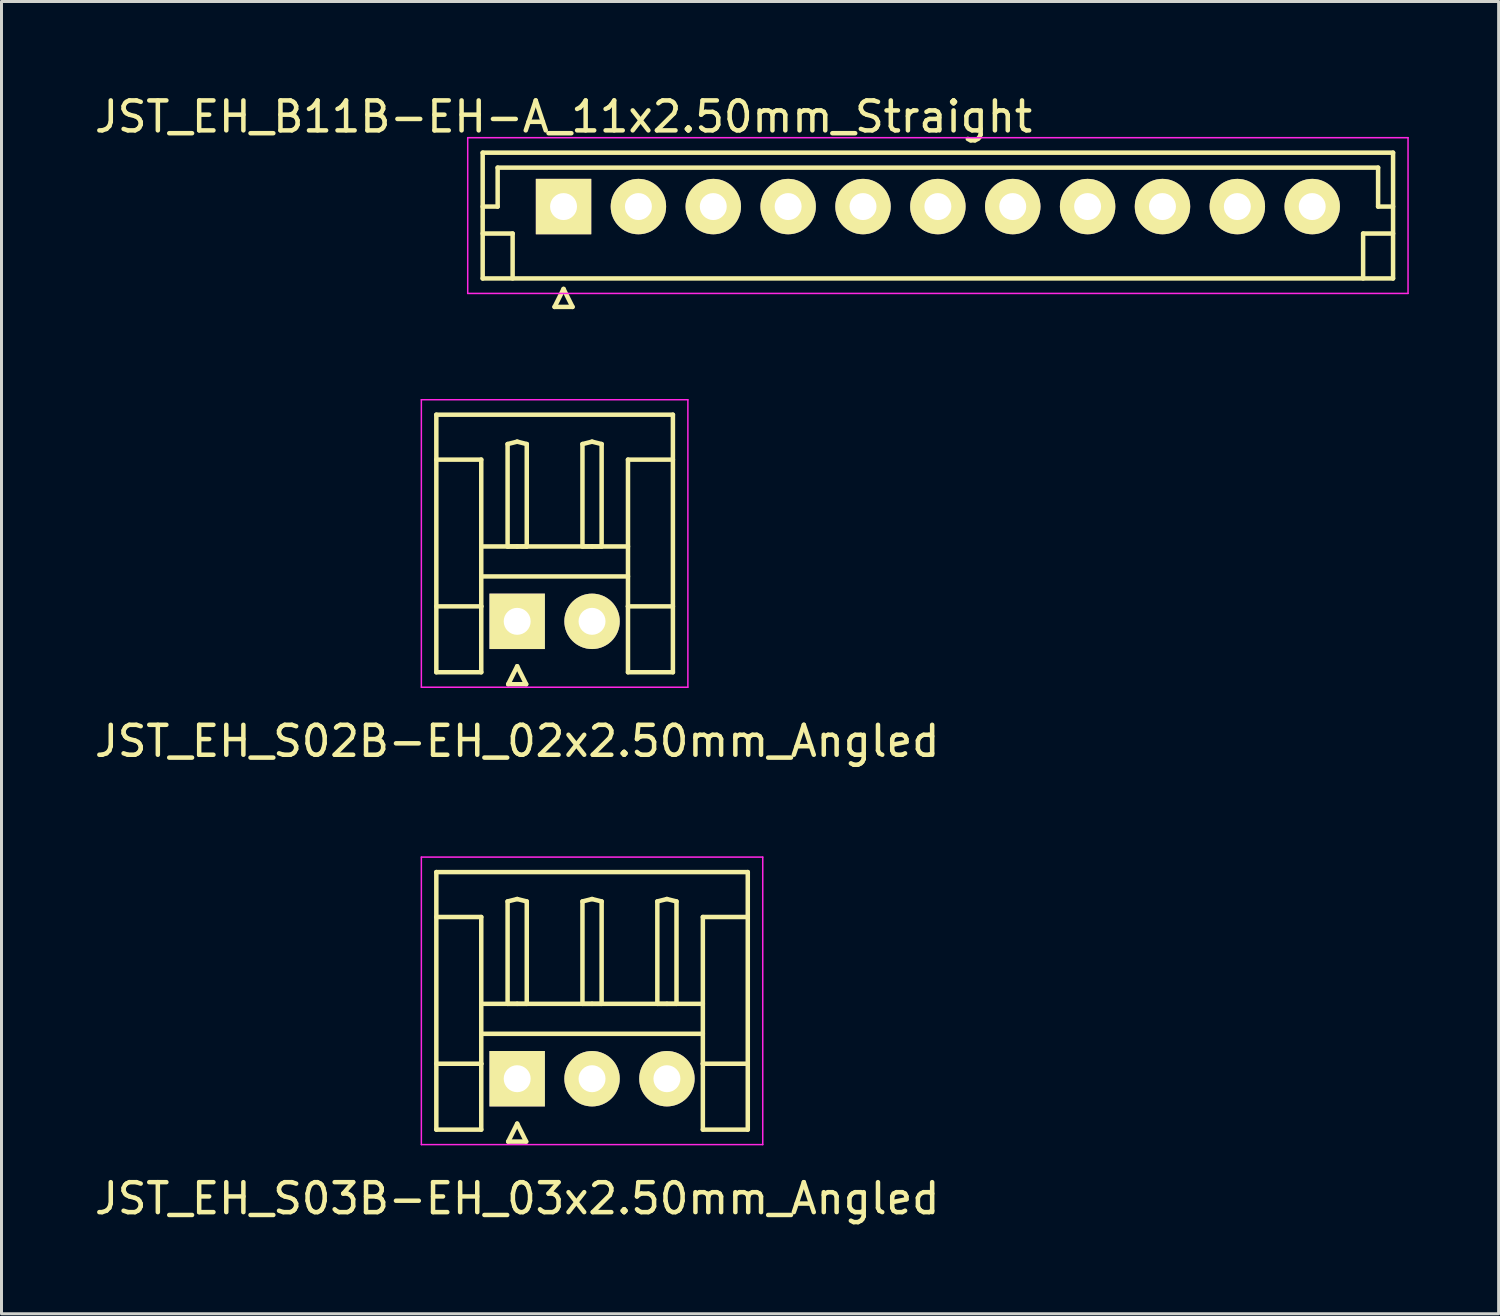
<source format=kicad_pcb>
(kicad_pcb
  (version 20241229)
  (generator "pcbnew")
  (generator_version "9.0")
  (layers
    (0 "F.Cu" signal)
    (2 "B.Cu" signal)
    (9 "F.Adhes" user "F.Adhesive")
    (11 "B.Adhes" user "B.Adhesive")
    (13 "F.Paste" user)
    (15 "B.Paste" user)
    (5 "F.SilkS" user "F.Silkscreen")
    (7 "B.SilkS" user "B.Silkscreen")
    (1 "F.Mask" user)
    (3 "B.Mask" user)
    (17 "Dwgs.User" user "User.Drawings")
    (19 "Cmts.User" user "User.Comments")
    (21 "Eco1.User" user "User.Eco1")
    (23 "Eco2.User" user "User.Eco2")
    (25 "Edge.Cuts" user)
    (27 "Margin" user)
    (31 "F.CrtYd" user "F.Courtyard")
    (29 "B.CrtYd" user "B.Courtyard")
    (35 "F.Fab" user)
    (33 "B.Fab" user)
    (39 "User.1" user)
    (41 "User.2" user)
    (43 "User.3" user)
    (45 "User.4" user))
  (footprint "JST_EH_S02B-EH_02x2.50mm_Angled"
    (layer "F.Cu")
    (at 14.22 17.698)
    (property "Reference" "JST_EH_S02B-EH_02x2.50mm_Angled" (at 0 4 0) (layer "F.SilkS") (effects (font (size 1 1) (thickness 0.15))))
    (attr through_hole)
    (fp_line (start -2.7 -6.9) (end 5.2 -6.9) (stroke (width 0.15) (type solid)) (layer "F.SilkS"))
    (fp_line (start -2.7 -5.4) (end -1.2 -5.4) (stroke (width 0.15) (type solid)) (layer "F.SilkS"))
    (fp_line (start -2.7 1.7) (end -2.7 -6.9) (stroke (width 0.15) (type solid)) (layer "F.SilkS"))
    (fp_line (start -1.2 -5.4) (end -1.2 -0.5) (stroke (width 0.15) (type solid)) (layer "F.SilkS"))
    (fp_line (start -1.2 -2.5) (end 3.7 -2.5) (stroke (width 0.15) (type solid)) (layer "F.SilkS"))
    (fp_line (start -1.2 -1.5) (end 3.7 -1.5) (stroke (width 0.15) (type solid)) (layer "F.SilkS"))
    (fp_line (start -1.2 -0.5) (end -2.7 -0.5) (stroke (width 0.15) (type solid)) (layer "F.SilkS"))
    (fp_line (start -1.2 -0.5) (end -1.2 1.7) (stroke (width 0.15) (type solid)) (layer "F.SilkS"))
    (fp_line (start -1.2 1.7) (end -2.7 1.7) (stroke (width 0.15) (type solid)) (layer "F.SilkS"))
    (fp_line (start -0.32 -5.92) (end 0 -6) (stroke (width 0.15) (type solid)) (layer "F.SilkS"))
    (fp_line (start -0.32 -2.5) (end -0.32 -5.92) (stroke (width 0.15) (type solid)) (layer "F.SilkS"))
    (fp_line (start -0.3 2.1) (end 0.3 2.1) (stroke (width 0.15) (type solid)) (layer "F.SilkS"))
    (fp_line (start 0 -6) (end 0.32 -5.92) (stroke (width 0.15) (type solid)) (layer "F.SilkS"))
    (fp_line (start 0 -2.5) (end -0.32 -2.5) (stroke (width 0.15) (type solid)) (layer "F.SilkS"))
    (fp_line (start 0 1.5) (end -0.3 2.1) (stroke (width 0.15) (type solid)) (layer "F.SilkS"))
    (fp_line (start 0.3 2.1) (end 0 1.5) (stroke (width 0.15) (type solid)) (layer "F.SilkS"))
    (fp_line (start 0.32 -5.92) (end 0.32 -2.5) (stroke (width 0.15) (type solid)) (layer "F.SilkS"))
    (fp_line (start 0.32 -2.5) (end 0 -2.5) (stroke (width 0.15) (type solid)) (layer "F.SilkS"))
    (fp_line (start 2.18 -5.92) (end 2.5 -6) (stroke (width 0.15) (type solid)) (layer "F.SilkS"))
    (fp_line (start 2.18 -2.5) (end 2.18 -5.92) (stroke (width 0.15) (type solid)) (layer "F.SilkS"))
    (fp_line (start 2.5 -6) (end 2.82 -5.92) (stroke (width 0.15) (type solid)) (layer "F.SilkS"))
    (fp_line (start 2.5 -2.5) (end 2.18 -2.5) (stroke (width 0.15) (type solid)) (layer "F.SilkS"))
    (fp_line (start 2.82 -5.92) (end 2.82 -2.5) (stroke (width 0.15) (type solid)) (layer "F.SilkS"))
    (fp_line (start 2.82 -2.5) (end 2.5 -2.5) (stroke (width 0.15) (type solid)) (layer "F.SilkS"))
    (fp_line (start 3.7 -5.4) (end 3.7 -0.5) (stroke (width 0.15) (type solid)) (layer "F.SilkS"))
    (fp_line (start 3.7 -0.5) (end 5.2 -0.5) (stroke (width 0.15) (type solid)) (layer "F.SilkS"))
    (fp_line (start 3.7 1.7) (end 3.7 -0.5) (stroke (width 0.15) (type solid)) (layer "F.SilkS"))
    (fp_line (start 5.2 -6.9) (end 5.2 1.7) (stroke (width 0.15) (type solid)) (layer "F.SilkS"))
    (fp_line (start 5.2 -5.4) (end 3.7 -5.4) (stroke (width 0.15) (type solid)) (layer "F.SilkS"))
    (fp_line (start 5.2 1.7) (end 3.7 1.7) (stroke (width 0.15) (type solid)) (layer "F.SilkS"))
    (fp_line (start -3.2 -7.4) (end -3.2 2.2) (stroke (width 0.05) (type solid)) (layer "F.CrtYd"))
    (fp_line (start -3.2 2.2) (end 5.7 2.2) (stroke (width 0.05) (type solid)) (layer "F.CrtYd"))
    (fp_line (start 5.7 -7.4) (end -3.2 -7.4) (stroke (width 0.05) (type solid)) (layer "F.CrtYd"))
    (fp_line (start 5.7 2.2) (end 5.7 -7.4) (stroke (width 0.05) (type solid)) (layer "F.CrtYd"))
    (pad "1" thru_hole rect (at 0 0) (size 1.85 1.85) (drill 0.9) (layers "*.Cu" "*.Mask" "F.SilkS"))
    (pad "2" thru_hole circle (at 2.5 0) (size 1.85 1.85) (drill 0.9) (layers "*.Cu" "*.Mask" "F.SilkS")))
  (footprint "JST_EH_S03B-EH_03x2.50mm_Angled"
    (layer "F.Cu")
    (at 14.22 32.971)
    (property "Reference" "JST_EH_S03B-EH_03x2.50mm_Angled" (at 0 4 0) (layer "F.SilkS") (effects (font (size 1 1) (thickness 0.15))))
    (attr through_hole)
    (fp_line (start -2.7 -6.9) (end 7.7 -6.9) (stroke (width 0.15) (type solid)) (layer "F.SilkS"))
    (fp_line (start -2.7 -5.4) (end -1.2 -5.4) (stroke (width 0.15) (type solid)) (layer "F.SilkS"))
    (fp_line (start -2.7 1.7) (end -2.7 -6.9) (stroke (width 0.15) (type solid)) (layer "F.SilkS"))
    (fp_line (start -1.2 -5.4) (end -1.2 -0.5) (stroke (width 0.15) (type solid)) (layer "F.SilkS"))
    (fp_line (start -1.2 -2.5) (end 6.2 -2.5) (stroke (width 0.15) (type solid)) (layer "F.SilkS"))
    (fp_line (start -1.2 -1.5) (end 6.2 -1.5) (stroke (width 0.15) (type solid)) (layer "F.SilkS"))
    (fp_line (start -1.2 -0.5) (end -2.7 -0.5) (stroke (width 0.15) (type solid)) (layer "F.SilkS"))
    (fp_line (start -1.2 -0.5) (end -1.2 1.7) (stroke (width 0.15) (type solid)) (layer "F.SilkS"))
    (fp_line (start -1.2 1.7) (end -2.7 1.7) (stroke (width 0.15) (type solid)) (layer "F.SilkS"))
    (fp_line (start -0.32 -5.92) (end 0 -6) (stroke (width 0.15) (type solid)) (layer "F.SilkS"))
    (fp_line (start -0.32 -2.5) (end -0.32 -5.92) (stroke (width 0.15) (type solid)) (layer "F.SilkS"))
    (fp_line (start -0.3 2.1) (end 0.3 2.1) (stroke (width 0.15) (type solid)) (layer "F.SilkS"))
    (fp_line (start 0 -6) (end 0.32 -5.92) (stroke (width 0.15) (type solid)) (layer "F.SilkS"))
    (fp_line (start 0 -2.5) (end -0.32 -2.5) (stroke (width 0.15) (type solid)) (layer "F.SilkS"))
    (fp_line (start 0 1.5) (end -0.3 2.1) (stroke (width 0.15) (type solid)) (layer "F.SilkS"))
    (fp_line (start 0.3 2.1) (end 0 1.5) (stroke (width 0.15) (type solid)) (layer "F.SilkS"))
    (fp_line (start 0.32 -5.92) (end 0.32 -2.5) (stroke (width 0.15) (type solid)) (layer "F.SilkS"))
    (fp_line (start 0.32 -2.5) (end 0 -2.5) (stroke (width 0.15) (type solid)) (layer "F.SilkS"))
    (fp_line (start 2.18 -5.92) (end 2.5 -6) (stroke (width 0.15) (type solid)) (layer "F.SilkS"))
    (fp_line (start 2.18 -2.5) (end 2.18 -5.92) (stroke (width 0.15) (type solid)) (layer "F.SilkS"))
    (fp_line (start 2.5 -6) (end 2.82 -5.92) (stroke (width 0.15) (type solid)) (layer "F.SilkS"))
    (fp_line (start 2.5 -2.5) (end 2.18 -2.5) (stroke (width 0.15) (type solid)) (layer "F.SilkS"))
    (fp_line (start 2.82 -5.92) (end 2.82 -2.5) (stroke (width 0.15) (type solid)) (layer "F.SilkS"))
    (fp_line (start 2.82 -2.5) (end 2.5 -2.5) (stroke (width 0.15) (type solid)) (layer "F.SilkS"))
    (fp_line (start 4.68 -5.92) (end 5 -6) (stroke (width 0.15) (type solid)) (layer "F.SilkS"))
    (fp_line (start 4.68 -2.5) (end 4.68 -5.92) (stroke (width 0.15) (type solid)) (layer "F.SilkS"))
    (fp_line (start 5 -6) (end 5.32 -5.92) (stroke (width 0.15) (type solid)) (layer "F.SilkS"))
    (fp_line (start 5 -2.5) (end 4.68 -2.5) (stroke (width 0.15) (type solid)) (layer "F.SilkS"))
    (fp_line (start 5.32 -5.92) (end 5.32 -2.5) (stroke (width 0.15) (type solid)) (layer "F.SilkS"))
    (fp_line (start 5.32 -2.5) (end 5 -2.5) (stroke (width 0.15) (type solid)) (layer "F.SilkS"))
    (fp_line (start 6.2 -5.4) (end 6.2 -0.5) (stroke (width 0.15) (type solid)) (layer "F.SilkS"))
    (fp_line (start 6.2 -0.5) (end 7.7 -0.5) (stroke (width 0.15) (type solid)) (layer "F.SilkS"))
    (fp_line (start 6.2 1.7) (end 6.2 -0.5) (stroke (width 0.15) (type solid)) (layer "F.SilkS"))
    (fp_line (start 7.7 -6.9) (end 7.7 1.7) (stroke (width 0.15) (type solid)) (layer "F.SilkS"))
    (fp_line (start 7.7 -5.4) (end 6.2 -5.4) (stroke (width 0.15) (type solid)) (layer "F.SilkS"))
    (fp_line (start 7.7 1.7) (end 6.2 1.7) (stroke (width 0.15) (type solid)) (layer "F.SilkS"))
    (fp_line (start -3.2 -7.4) (end -3.2 2.2) (stroke (width 0.05) (type solid)) (layer "F.CrtYd"))
    (fp_line (start -3.2 2.2) (end 8.2 2.2) (stroke (width 0.05) (type solid)) (layer "F.CrtYd"))
    (fp_line (start 8.2 -7.4) (end -3.2 -7.4) (stroke (width 0.05) (type solid)) (layer "F.CrtYd"))
    (fp_line (start 8.2 2.2) (end 8.2 -7.4) (stroke (width 0.05) (type solid)) (layer "F.CrtYd"))
    (pad "1" thru_hole rect (at 0 0) (size 1.85 1.85) (drill 0.9) (layers "*.Cu" "*.Mask" "F.SilkS"))
    (pad "2" thru_hole circle (at 2.5 0) (size 1.85 1.85) (drill 0.9) (layers "*.Cu" "*.Mask" "F.SilkS"))
    (pad "3" thru_hole circle (at 5 0) (size 1.85 1.85) (drill 0.9) (layers "*.Cu" "*.Mask" "F.SilkS")))
  (footprint "JST_EH_B11B-EH-A_11x2.50mm_Straight"
    (layer "F.Cu")
    (at 15.768 3.848)
    (property "Reference" "JST_EH_B11B-EH-A_11x2.50mm_Straight" (at 0 -3 0) (layer "F.SilkS") (effects (font (size 1 1) (thickness 0.15))))
    (attr through_hole)
    (fp_line (start -2.7 -1.8) (end -2.7 2.4) (stroke (width 0.15) (type solid)) (layer "F.SilkS"))
    (fp_line (start -2.7 0) (end -2.2 0) (stroke (width 0.15) (type solid)) (layer "F.SilkS"))
    (fp_line (start -2.7 0.9) (end -1.7 0.9) (stroke (width 0.15) (type solid)) (layer "F.SilkS"))
    (fp_line (start -2.7 2.4) (end 27.7 2.4) (stroke (width 0.15) (type solid)) (layer "F.SilkS"))
    (fp_line (start -2.2 -1.3) (end 27.2 -1.3) (stroke (width 0.15) (type solid)) (layer "F.SilkS"))
    (fp_line (start -2.2 0) (end -2.2 -1.3) (stroke (width 0.15) (type solid)) (layer "F.SilkS"))
    (fp_line (start -1.7 0.9) (end -1.7 2.4) (stroke (width 0.15) (type solid)) (layer "F.SilkS"))
    (fp_line (start -0.3 3.35) (end 0.3 3.35) (stroke (width 0.15) (type solid)) (layer "F.SilkS"))
    (fp_line (start 0 2.75) (end -0.3 3.35) (stroke (width 0.15) (type solid)) (layer "F.SilkS"))
    (fp_line (start 0.3 3.35) (end 0 2.75) (stroke (width 0.15) (type solid)) (layer "F.SilkS"))
    (fp_line (start 26.7 0.9) (end 26.7 2.4) (stroke (width 0.15) (type solid)) (layer "F.SilkS"))
    (fp_line (start 27.2 -1.3) (end 27.2 0) (stroke (width 0.15) (type solid)) (layer "F.SilkS"))
    (fp_line (start 27.2 0) (end 27.7 0) (stroke (width 0.15) (type solid)) (layer "F.SilkS"))
    (fp_line (start 27.7 -1.8) (end -2.7 -1.8) (stroke (width 0.15) (type solid)) (layer "F.SilkS"))
    (fp_line (start 27.7 0.9) (end 26.7 0.9) (stroke (width 0.15) (type solid)) (layer "F.SilkS"))
    (fp_line (start 27.7 2.4) (end 27.7 -1.8) (stroke (width 0.15) (type solid)) (layer "F.SilkS"))
    (fp_line (start -3.2 -2.3) (end -3.2 2.9) (stroke (width 0.05) (type solid)) (layer "F.CrtYd"))
    (fp_line (start -3.2 2.9) (end 28.2 2.9) (stroke (width 0.05) (type solid)) (layer "F.CrtYd"))
    (fp_line (start 28.2 -2.3) (end -3.2 -2.3) (stroke (width 0.05) (type solid)) (layer "F.CrtYd"))
    (fp_line (start 28.2 2.9) (end 28.2 -2.3) (stroke (width 0.05) (type solid)) (layer "F.CrtYd"))
    (pad "1" thru_hole rect (at 0 0) (size 1.85 1.85) (drill 0.9) (layers "*.Cu" "*.Mask" "F.SilkS"))
    (pad "2" thru_hole circle (at 2.5 0) (size 1.85 1.85) (drill 0.9) (layers "*.Cu" "*.Mask" "F.SilkS"))
    (pad "3" thru_hole circle (at 5 0) (size 1.85 1.85) (drill 0.9) (layers "*.Cu" "*.Mask" "F.SilkS"))
    (pad "4" thru_hole circle (at 7.5 0) (size 1.85 1.85) (drill 0.9) (layers "*.Cu" "*.Mask" "F.SilkS"))
    (pad "5" thru_hole circle (at 10 0) (size 1.85 1.85) (drill 0.9) (layers "*.Cu" "*.Mask" "F.SilkS"))
    (pad "6" thru_hole circle (at 12.5 0) (size 1.85 1.85) (drill 0.9) (layers "*.Cu" "*.Mask" "F.SilkS"))
    (pad "7" thru_hole circle (at 15 0) (size 1.85 1.85) (drill 0.9) (layers "*.Cu" "*.Mask" "F.SilkS"))
    (pad "8" thru_hole circle (at 17.5 0) (size 1.85 1.85) (drill 0.9) (layers "*.Cu" "*.Mask" "F.SilkS"))
    (pad "9" thru_hole circle (at 20 0) (size 1.85 1.85) (drill 0.9) (layers "*.Cu" "*.Mask" "F.SilkS"))
    (pad "10" thru_hole circle (at 22.5 0) (size 1.85 1.85) (drill 0.9) (layers "*.Cu" "*.Mask" "F.SilkS"))
    (pad "11" thru_hole circle (at 25 0) (size 1.85 1.85) (drill 0.9) (layers "*.Cu" "*.Mask" "F.SilkS")))
  (gr_rect
    (start -3 -3)
    (end 46.993 40.82)
    (stroke (width 0.1) (type default))
    (fill no)
    (layer "Edge.Cuts")))
</source>
